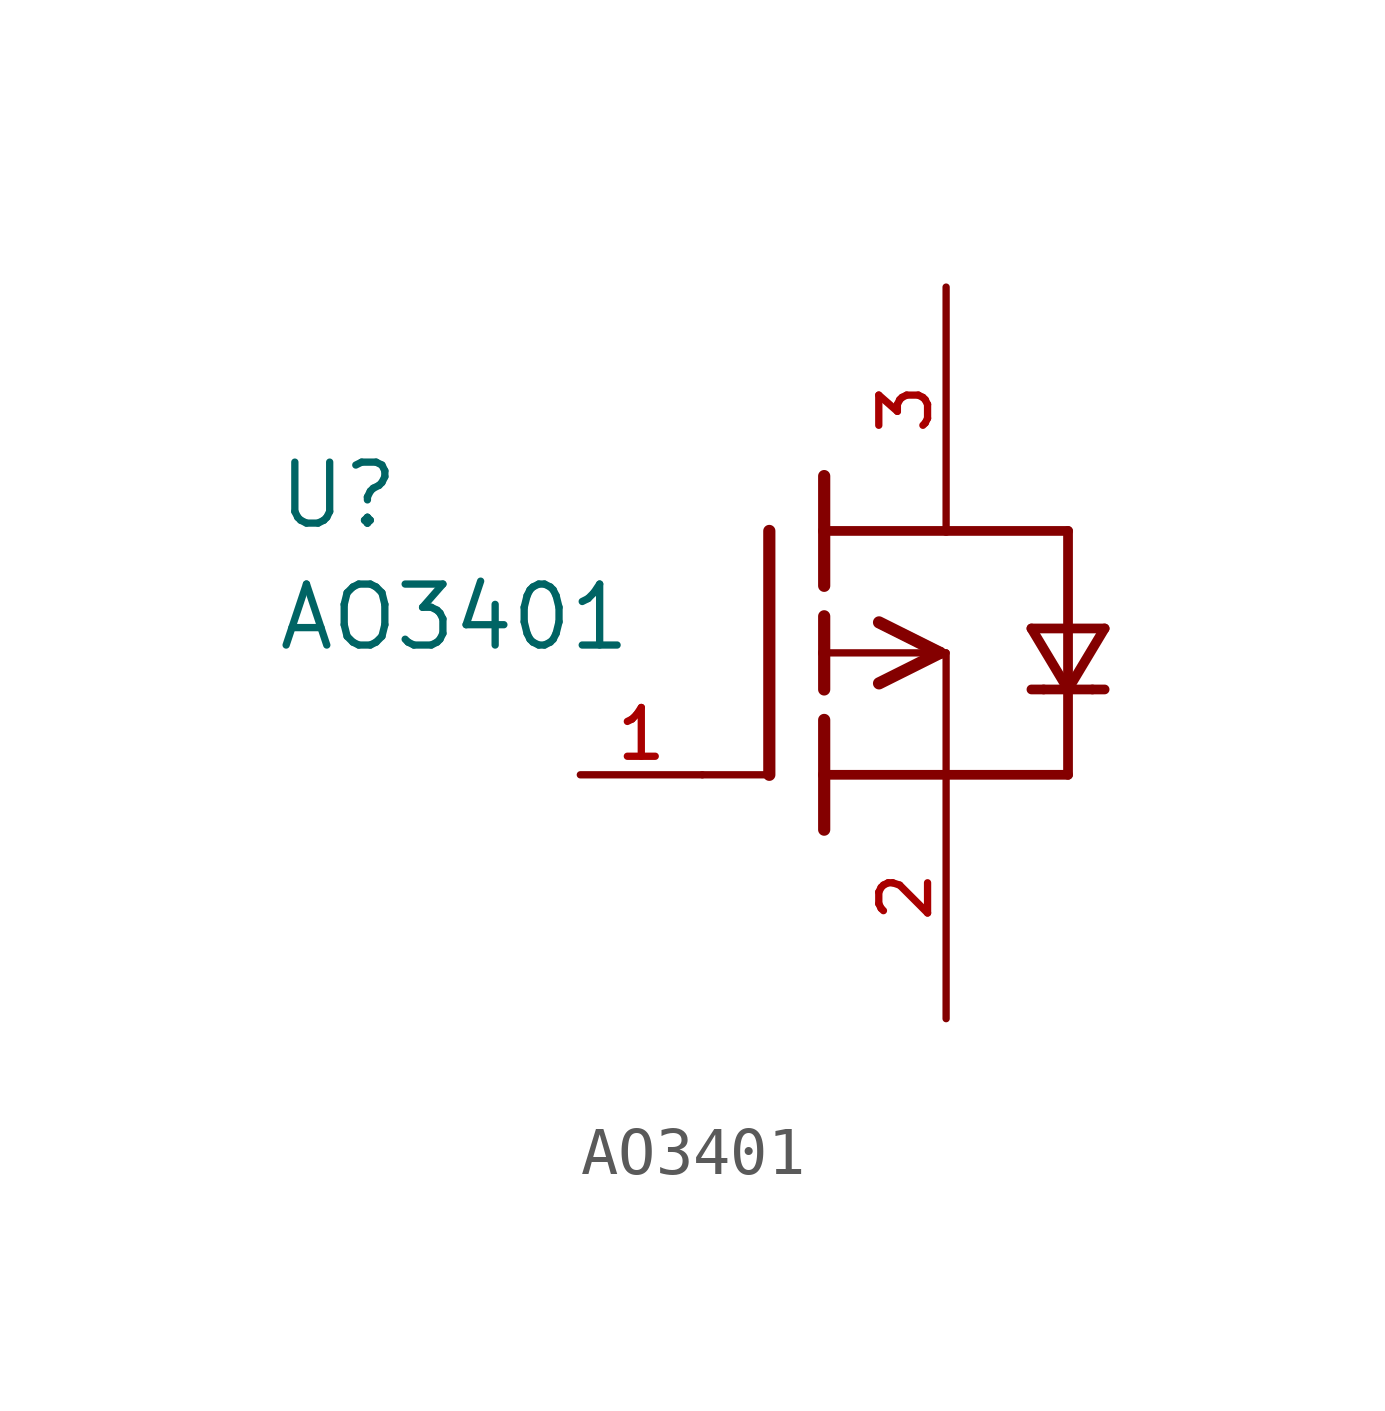
<source format=kicad_sym>
(kicad_symbol_lib
  (version 20211014)
  (generator kicad_symbol_editor)
  (symbol "AO3401"
    (pin_names
      (offset 1.016))
    (property "Reference" "U"
      (at -11.43 2.54 0)
      (effects (font (size 1.27 1.27)) (justify bottom left)))
    (property "Value" "AO3401"
      (at -11.43 0.0 0)
      (effects (font (size 1.27 1.27)) (justify bottom left)))
    (symbol "AO3401_0_0"
      (polyline (pts (xy -2.54 -2.54) (xy -1.219 -2.54)) (stroke (width 0.152)))
      (polyline (pts (xy 0.0 0.762) (xy 0.0 0.0)) (stroke (width 0.254)))
      (polyline (pts (xy 0.0 0.0) (xy 0.0 -0.762)) (stroke (width 0.254)))
      (polyline (pts (xy 0.0 3.683) (xy 0.0 2.54)) (stroke (width 0.254)))
      (polyline (pts (xy 0.0 2.54) (xy 0.0 1.397)) (stroke (width 0.254)))
      (polyline (pts (xy 1.143 0.635) (xy 2.413 0.0)) (stroke (width 0.254)))
      (polyline (pts (xy 1.143 -0.635) (xy 2.413 0.0)) (stroke (width 0.254)))
      (polyline (pts (xy 0.0 0.0) (xy 2.413 0.0)) (stroke (width 0.152)))
      (polyline (pts (xy 2.413 0.0) (xy 2.54 0.0)) (stroke (width 0.152)))
      (polyline (pts (xy 2.54 0.0) (xy 2.54 -2.54)) (stroke (width 0.152)))
      (polyline (pts (xy 0.0 -1.397) (xy 0.0 -2.54)) (stroke (width 0.254)))
      (polyline (pts (xy 0.0 -2.54) (xy 0.0 -3.683)) (stroke (width 0.254)))
      (polyline (pts (xy -1.143 2.54) (xy -1.143 -2.54)) (stroke (width 0.254)))
      (polyline (pts (xy 2.54 -2.54) (xy 0.0 -2.54)) (stroke (width 0.203)))
      (polyline (pts (xy 0.0 2.54) (xy 2.54 2.54)) (stroke (width 0.203)))
      (polyline (pts (xy 2.54 2.54) (xy 5.08 2.54)) (stroke (width 0.203)))
      (polyline (pts (xy 2.54 -2.54) (xy 5.08 -2.54)) (stroke (width 0.203)))
      (polyline (pts (xy 5.08 -2.54) (xy 5.08 -0.762)) (stroke (width 0.203)))
      (polyline (pts (xy 5.08 -0.762) (xy 5.08 2.54)) (stroke (width 0.203)))
      (polyline (pts (xy 5.588 -0.762) (xy 5.08 -0.762)) (stroke (width 0.203)))
      (polyline (pts (xy 5.08 -0.762) (xy 4.572 -0.762)) (stroke (width 0.203)))
      (polyline (pts (xy 5.08 -0.762) (xy 5.842 0.508)) (stroke (width 0.203)))
      (polyline (pts (xy 5.842 0.508) (xy 4.318 0.508)) (stroke (width 0.203)))
      (polyline (pts (xy 4.318 0.508) (xy 5.08 -0.762)) (stroke (width 0.203)))
      (polyline (pts (xy 5.588 -0.762) (xy 5.842 -0.762)) (stroke (width 0.203)))
      (polyline (pts (xy 4.572 -0.762) (xy 4.318 -0.762)) (stroke (width 0.203)))
      (pin passive line (at 2.54 7.62 270.0) (length 5.08) (name "~" (effects (font (size 1.016 1.016)))) (number "3" (effects (font (size 1.016 1.016)))))
      (pin passive line (at 2.54 -7.62 90.0) (length 5.08) (name "~" (effects (font (size 1.016 1.016)))) (number "2" (effects (font (size 1.016 1.016)))))
      (pin passive line (at -5.08 -2.54 0) (length 2.54) (name "~" (effects (font (size 1.016 1.016)))) (number "1" (effects (font (size 1.016 1.016))))))))
</source>
